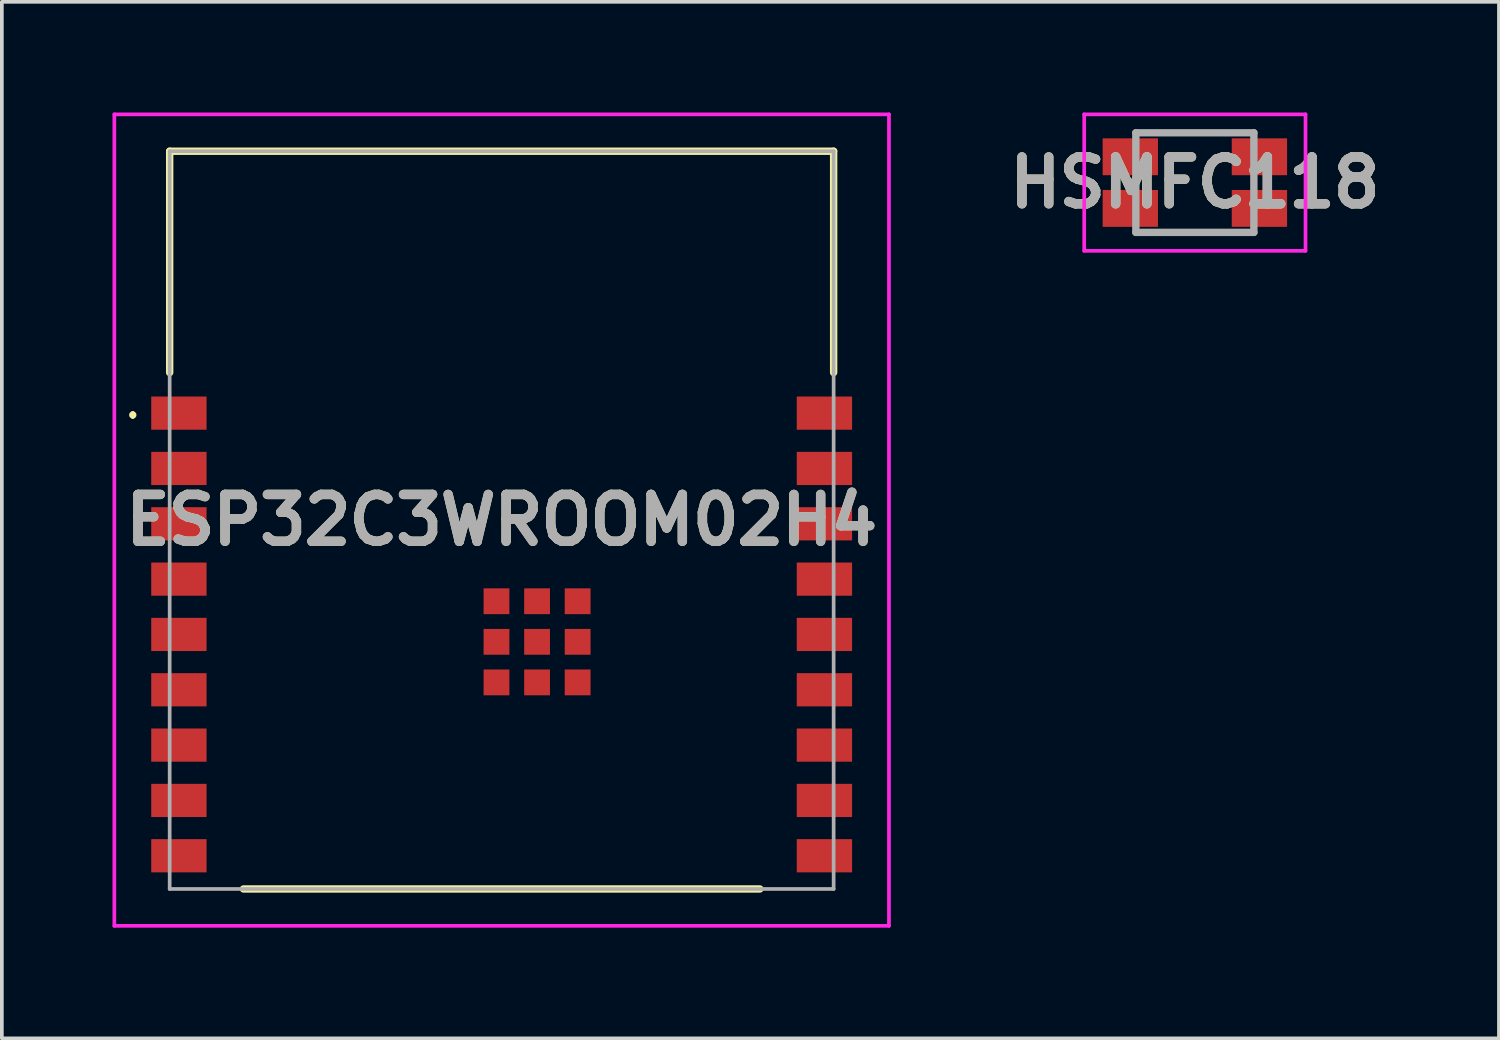
<source format=kicad_pcb>
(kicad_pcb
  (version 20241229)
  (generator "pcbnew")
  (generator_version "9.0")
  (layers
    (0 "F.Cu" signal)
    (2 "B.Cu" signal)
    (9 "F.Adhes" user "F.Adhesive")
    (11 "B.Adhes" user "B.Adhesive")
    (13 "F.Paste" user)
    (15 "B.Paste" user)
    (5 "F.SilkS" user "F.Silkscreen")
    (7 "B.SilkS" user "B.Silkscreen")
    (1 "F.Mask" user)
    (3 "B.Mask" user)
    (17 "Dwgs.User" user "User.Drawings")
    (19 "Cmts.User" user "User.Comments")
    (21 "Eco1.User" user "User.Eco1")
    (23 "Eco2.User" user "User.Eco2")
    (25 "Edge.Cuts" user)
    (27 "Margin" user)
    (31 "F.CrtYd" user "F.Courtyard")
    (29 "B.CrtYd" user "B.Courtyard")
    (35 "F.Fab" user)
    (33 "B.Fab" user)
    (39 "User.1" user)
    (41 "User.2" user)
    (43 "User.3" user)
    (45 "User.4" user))
  (footprint "HSMFC118"
    (layer "F.Cu")
    (at 29.343 1.9)
    (property "Reference" "HSMFC118" (at 0 0 0) (layer "F.SilkS") (effects (font (size 1.27 1.27) (thickness 0.254))))
    (attr smd)
    (fp_line (start -1.6 -1.35) (end 1.6 -1.35) (stroke (width 0.1) (type solid)) (layer "F.SilkS"))
    (fp_line (start -1.6 1.35) (end 1.6 1.35) (stroke (width 0.1) (type solid)) (layer "F.SilkS"))
    (fp_line (start -3 -1.85) (end 3 -1.85) (stroke (width 0.1) (type solid)) (layer "F.CrtYd"))
    (fp_line (start -3 1.85) (end -3 -1.85) (stroke (width 0.1) (type solid)) (layer "F.CrtYd"))
    (fp_line (start 3 -1.85) (end 3 1.85) (stroke (width 0.1) (type solid)) (layer "F.CrtYd"))
    (fp_line (start 3 1.85) (end -3 1.85) (stroke (width 0.1) (type solid)) (layer "F.CrtYd"))
    (fp_line (start -1.6 -1.35) (end 1.6 -1.35) (stroke (width 0.2) (type solid)) (layer "F.Fab"))
    (fp_line (start -1.6 1.35) (end -1.6 -1.35) (stroke (width 0.2) (type solid)) (layer "F.Fab"))
    (fp_line (start 1.6 -1.35) (end 1.6 1.35) (stroke (width 0.2) (type solid)) (layer "F.Fab"))
    (fp_line (start 1.6 1.35) (end -1.6 1.35) (stroke (width 0.2) (type solid)) (layer "F.Fab"))
    (fp_text user "${REFERENCE}" (at 0 0 0) (layer "F.Fab") (effects (font (size 1.27 1.27) (thickness 0.254))))
    (pad "1" smd rect (at 1.75 0.7 90) (size 1 1.5) (layers "F.Cu" "F.Mask" "F.Paste"))
    (pad "2" smd rect (at 1.75 -0.7 90) (size 1 1.5) (layers "F.Cu" "F.Mask" "F.Paste"))
    (pad "3" smd rect (at -1.75 -0.7 90) (size 1 1.5) (layers "F.Cu" "F.Mask" "F.Paste"))
    (pad "4" smd rect (at -1.75 0.7 90) (size 1 1.5) (layers "F.Cu" "F.Mask" "F.Paste")))
  (footprint "ESP32C3WROOM02H4"
    (layer "F.Cu")
    (at 1.05 21.05)
    (property "Reference" "ESP32C3WROOM02H4" (at 9.5 -10 0) (layer "F.SilkS") (effects (font (size 1.27 1.27) (thickness 0.254))))
    (attr smd)
    (fp_line (start -0.5 -12.9) (end -0.5 -12.9) (stroke (width 0.1) (type solid)) (layer "F.SilkS"))
    (fp_line (start -0.5 -12.8) (end -0.5 -12.8) (stroke (width 0.1) (type solid)) (layer "F.SilkS"))
    (fp_line (start 0.5 -20) (end 18.5 -20) (stroke (width 0.2) (type solid)) (layer "F.SilkS"))
    (fp_line (start 0.5 -14) (end 0.5 -20) (stroke (width 0.2) (type solid)) (layer "F.SilkS"))
    (fp_line (start 2.5 0) (end 16.5 0) (stroke (width 0.2) (type solid)) (layer "F.SilkS"))
    (fp_line (start 18.5 -20) (end 18.5 -14) (stroke (width 0.2) (type solid)) (layer "F.SilkS"))
    (fp_arc (start -0.5 -12.9) (mid -0.45 -12.85) (end -0.5 -12.8) (stroke (width 0.1) (type solid)) (layer "F.SilkS"))
    (fp_arc (start -0.5 -12.8) (mid -0.55 -12.85) (end -0.5 -12.9) (stroke (width 0.1) (type solid)) (layer "F.SilkS"))
    (fp_line (start -1 -21) (end 20 -21) (stroke (width 0.1) (type solid)) (layer "F.CrtYd"))
    (fp_line (start -1 1) (end -1 -21) (stroke (width 0.1) (type solid)) (layer "F.CrtYd"))
    (fp_line (start 20 -21) (end 20 1) (stroke (width 0.1) (type solid)) (layer "F.CrtYd"))
    (fp_line (start 20 1) (end -1 1) (stroke (width 0.1) (type solid)) (layer "F.CrtYd"))
    (fp_line (start 0.5 -20) (end 0.5 0) (stroke (width 0.1) (type solid)) (layer "F.Fab"))
    (fp_line (start 0.5 0) (end 18.5 0) (stroke (width 0.1) (type solid)) (layer "F.Fab"))
    (fp_line (start 18.5 -20) (end 0.5 -20) (stroke (width 0.1) (type solid)) (layer "F.Fab"))
    (fp_line (start 18.5 0) (end 18.5 -20) (stroke (width 0.1) (type solid)) (layer "F.Fab"))
    (fp_text user "${REFERENCE}" (at 9.5 -10 0) (layer "F.Fab") (effects (font (size 1.27 1.27) (thickness 0.254))))
    (pad "1" smd rect (at 0.75 -12.9 90) (size 0.9 1.5) (layers "F.Cu" "F.Mask" "F.Paste"))
    (pad "2" smd rect (at 0.75 -11.4 90) (size 0.9 1.5) (layers "F.Cu" "F.Mask" "F.Paste"))
    (pad "3" smd rect (at 0.75 -9.9 90) (size 0.9 1.5) (layers "F.Cu" "F.Mask" "F.Paste"))
    (pad "4" smd rect (at 0.75 -8.4 90) (size 0.9 1.5) (layers "F.Cu" "F.Mask" "F.Paste"))
    (pad "5" smd rect (at 0.75 -6.9 90) (size 0.9 1.5) (layers "F.Cu" "F.Mask" "F.Paste"))
    (pad "6" smd rect (at 0.75 -5.4 90) (size 0.9 1.5) (layers "F.Cu" "F.Mask" "F.Paste"))
    (pad "7" smd rect (at 0.75 -3.9 90) (size 0.9 1.5) (layers "F.Cu" "F.Mask" "F.Paste"))
    (pad "8" smd rect (at 0.75 -2.4 90) (size 0.9 1.5) (layers "F.Cu" "F.Mask" "F.Paste"))
    (pad "9" smd rect (at 0.75 -0.9 90) (size 0.9 1.5) (layers "F.Cu" "F.Mask" "F.Paste"))
    (pad "10" smd rect (at 18.25 -0.9 90) (size 0.9 1.5) (layers "F.Cu" "F.Mask" "F.Paste"))
    (pad "11" smd rect (at 18.25 -2.4 90) (size 0.9 1.5) (layers "F.Cu" "F.Mask" "F.Paste"))
    (pad "12" smd rect (at 18.25 -3.9 90) (size 0.9 1.5) (layers "F.Cu" "F.Mask" "F.Paste"))
    (pad "13" smd rect (at 18.25 -5.4 90) (size 0.9 1.5) (layers "F.Cu" "F.Mask" "F.Paste"))
    (pad "14" smd rect (at 18.25 -6.9 90) (size 0.9 1.5) (layers "F.Cu" "F.Mask" "F.Paste"))
    (pad "15" smd rect (at 18.25 -8.4 90) (size 0.9 1.5) (layers "F.Cu" "F.Mask" "F.Paste"))
    (pad "16" smd rect (at 18.25 -9.9 90) (size 0.9 1.5) (layers "F.Cu" "F.Mask" "F.Paste"))
    (pad "17" smd rect (at 18.25 -11.4 90) (size 0.9 1.5) (layers "F.Cu" "F.Mask" "F.Paste"))
    (pad "18" smd rect (at 18.25 -12.9 90) (size 0.9 1.5) (layers "F.Cu" "F.Mask" "F.Paste"))
    (pad "19" smd rect (at 10.46 -6.7 90) (size 0.7 0.7) (layers "F.Cu" "F.Mask" "F.Paste"))
    (pad "20" smd rect (at 11.56 -6.7 90) (size 0.7 0.7) (layers "F.Cu" "F.Mask" "F.Paste"))
    (pad "21" smd rect (at 11.56 -7.8 90) (size 0.7 0.7) (layers "F.Cu" "F.Mask" "F.Paste"))
    (pad "22" smd rect (at 10.46 -7.8 90) (size 0.7 0.7) (layers "F.Cu" "F.Mask" "F.Paste"))
    (pad "23" smd rect (at 9.36 -7.8 90) (size 0.7 0.7) (layers "F.Cu" "F.Mask" "F.Paste"))
    (pad "24" smd rect (at 9.36 -6.7 90) (size 0.7 0.7) (layers "F.Cu" "F.Mask" "F.Paste"))
    (pad "25" smd rect (at 9.36 -5.6 90) (size 0.7 0.7) (layers "F.Cu" "F.Mask" "F.Paste"))
    (pad "26" smd rect (at 10.46 -5.6 90) (size 0.7 0.7) (layers "F.Cu" "F.Mask" "F.Paste"))
    (pad "27" smd rect (at 11.56 -5.6 90) (size 0.7 0.7) (layers "F.Cu" "F.Mask" "F.Paste")))
  (gr_rect
    (start -3 -3)
    (end 37.587 25.1)
    (stroke (width 0.1) (type default))
    (fill no)
    (layer "Edge.Cuts")))
</source>
